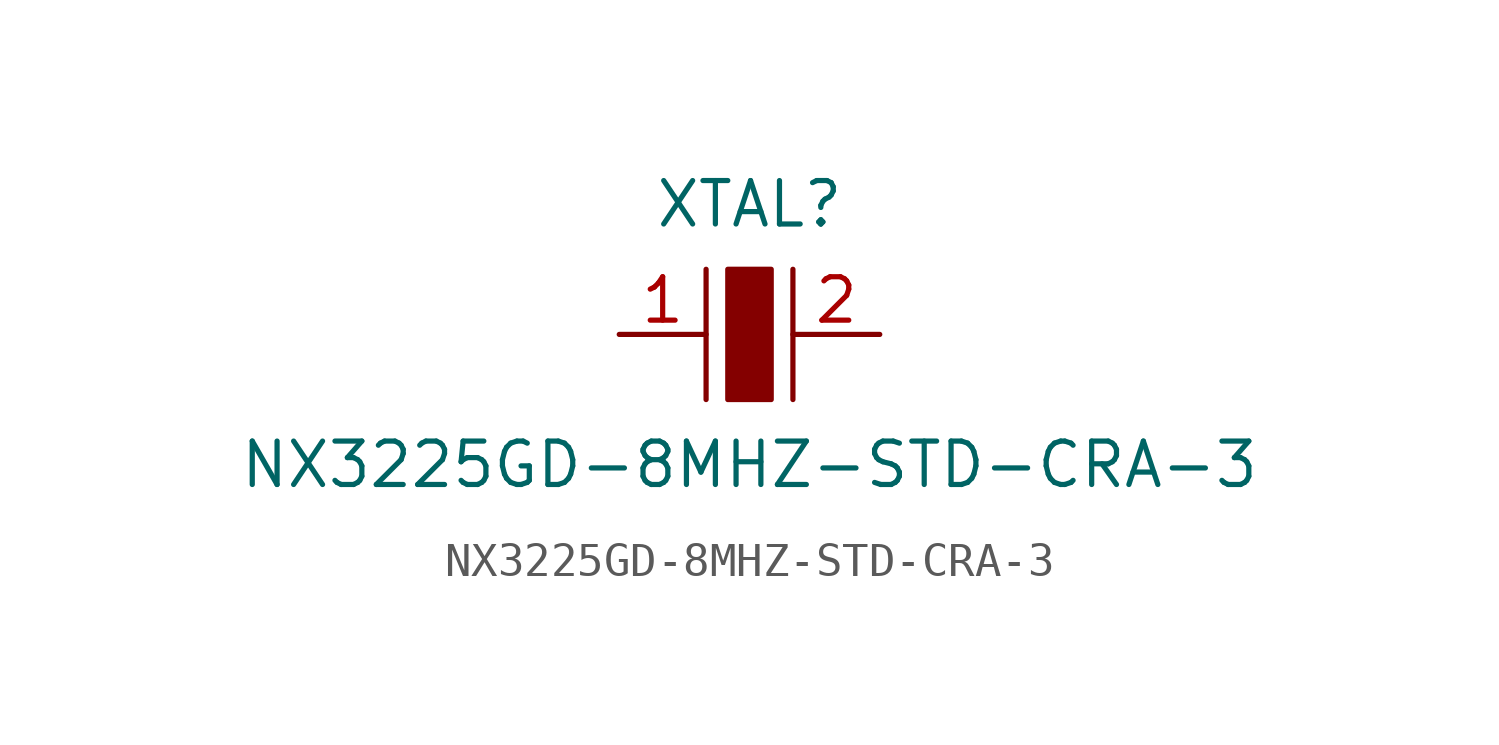
<source format=kicad_sym>
(kicad_symbol_lib
  (version 20220914)
  (generator kicad_symbol_editor)
  (symbol "NX3225GD-8MHZ-STD-CRA-3"
    (pin_names
      (offset 1.016))
    (property "Reference" "XTAL"
      (at 0 3.81 0)
      (effects (font (size 1.27 1.27))))
    (property "Value" "NX3225GD-8MHZ-STD-CRA-3"
      (at 0 -3.81 0)
      (effects (font (size 1.27 1.27))))
    (symbol "NX3225GD-8MHZ-STD-CRA-3_1_1"
      (rectangle (start -0.635 1.905) (end 0.635 -1.905) (stroke (width 0) (type solid)) (fill (type outline)))
      (polyline (pts (xy -1.27 1.905) (xy -1.27 -1.905)) (stroke (width 0) (type solid)) (fill (type none)))
      (polyline (pts (xy 1.27 1.905) (xy 1.27 -1.905)) (stroke (width 0) (type solid)) (fill (type none)))
      (pin bidirectional line (at -3.81 0 0) (length 2.54) (name "~" (effects (font (size 1.27 1.27)))) (number "1" (effects (font (size 1.27 1.27)))))
      (pin bidirectional line (at 3.81 0 180) (length 2.54) (name "~" (effects (font (size 1.27 1.27)))) (number "2" (effects (font (size 1.27 1.27))))))))
</source>
